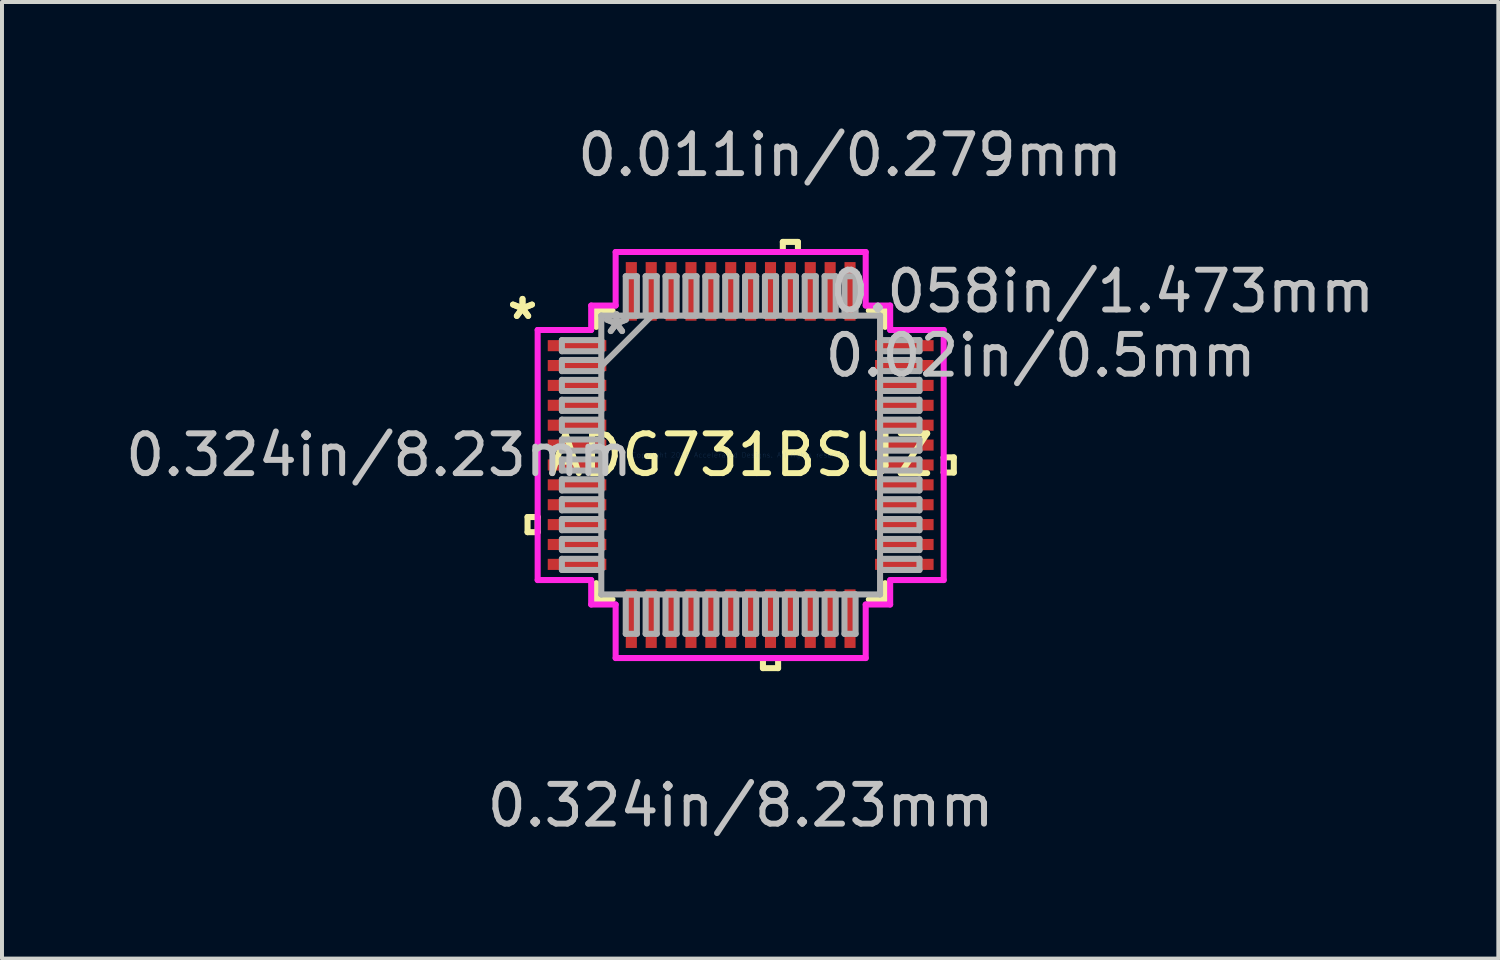
<source format=kicad_pcb>
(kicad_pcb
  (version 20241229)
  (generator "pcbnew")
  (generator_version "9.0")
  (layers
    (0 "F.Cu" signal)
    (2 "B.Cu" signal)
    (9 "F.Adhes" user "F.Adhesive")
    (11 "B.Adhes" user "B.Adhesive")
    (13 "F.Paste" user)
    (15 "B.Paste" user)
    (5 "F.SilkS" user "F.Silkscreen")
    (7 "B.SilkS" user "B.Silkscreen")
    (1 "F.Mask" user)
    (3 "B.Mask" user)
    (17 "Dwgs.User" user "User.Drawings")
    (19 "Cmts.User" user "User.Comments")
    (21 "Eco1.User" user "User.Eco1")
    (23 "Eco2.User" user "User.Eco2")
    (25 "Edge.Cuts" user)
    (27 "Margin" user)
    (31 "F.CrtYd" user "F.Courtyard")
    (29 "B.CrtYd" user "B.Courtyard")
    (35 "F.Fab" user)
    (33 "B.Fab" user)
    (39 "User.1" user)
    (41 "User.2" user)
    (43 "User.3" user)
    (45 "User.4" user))
  (footprint "ADG731BSUZ"
    (layer "F.Cu")
    (at 15.575 8.392)
    (property "Reference" "ADG731BSUZ" (at 0 0 0) (layer "F.SilkS") (effects (font (size 1 1) (thickness 0.15))))
    (attr through_hole)
    (fp_line (start -5.359 1.559) (end -5.359 1.94) (stroke (width 0.152) (type solid)) (layer "F.SilkS"))
    (fp_line (start -5.359 1.94) (end -5.105 1.94) (stroke (width 0.152) (type solid)) (layer "F.SilkS"))
    (fp_line (start -5.105 1.559) (end -5.359 1.559) (stroke (width 0.152) (type solid)) (layer "F.SilkS"))
    (fp_line (start -5.105 1.94) (end -5.105 1.559) (stroke (width 0.152) (type solid)) (layer "F.SilkS"))
    (fp_line (start -3.632 -3.632) (end -3.632 -3.222) (stroke (width 0.152) (type solid)) (layer "F.SilkS"))
    (fp_line (start -3.632 3.222) (end -3.632 3.632) (stroke (width 0.152) (type solid)) (layer "F.SilkS"))
    (fp_line (start -3.632 3.632) (end -3.222 3.632) (stroke (width 0.152) (type solid)) (layer "F.SilkS"))
    (fp_line (start -3.222 -3.632) (end -3.632 -3.632) (stroke (width 0.152) (type solid)) (layer "F.SilkS"))
    (fp_line (start 0.56 5.105) (end 0.56 5.359) (stroke (width 0.152) (type solid)) (layer "F.SilkS"))
    (fp_line (start 0.56 5.359) (end 0.941 5.359) (stroke (width 0.152) (type solid)) (layer "F.SilkS"))
    (fp_line (start 0.941 5.105) (end 0.56 5.105) (stroke (width 0.152) (type solid)) (layer "F.SilkS"))
    (fp_line (start 0.941 5.359) (end 0.941 5.105) (stroke (width 0.152) (type solid)) (layer "F.SilkS"))
    (fp_line (start 1.06 -5.359) (end 1.44 -5.359) (stroke (width 0.152) (type solid)) (layer "F.SilkS"))
    (fp_line (start 1.06 -5.105) (end 1.06 -5.359) (stroke (width 0.152) (type solid)) (layer "F.SilkS"))
    (fp_line (start 1.44 -5.359) (end 1.44 -5.105) (stroke (width 0.152) (type solid)) (layer "F.SilkS"))
    (fp_line (start 1.44 -5.105) (end 1.06 -5.105) (stroke (width 0.152) (type solid)) (layer "F.SilkS"))
    (fp_line (start 3.222 3.632) (end 3.632 3.632) (stroke (width 0.152) (type solid)) (layer "F.SilkS"))
    (fp_line (start 3.632 -3.632) (end 3.222 -3.632) (stroke (width 0.152) (type solid)) (layer "F.SilkS"))
    (fp_line (start 3.632 -3.222) (end 3.632 -3.632) (stroke (width 0.152) (type solid)) (layer "F.SilkS"))
    (fp_line (start 3.632 3.632) (end 3.632 3.222) (stroke (width 0.152) (type solid)) (layer "F.SilkS"))
    (fp_line (start 5.105 0.059) (end 5.359 0.059) (stroke (width 0.152) (type solid)) (layer "F.SilkS"))
    (fp_line (start 5.105 0.441) (end 5.105 0.059) (stroke (width 0.152) (type solid)) (layer "F.SilkS"))
    (fp_line (start 5.359 0.059) (end 5.359 0.441) (stroke (width 0.152) (type solid)) (layer "F.SilkS"))
    (fp_line (start 5.359 0.441) (end 5.105 0.441) (stroke (width 0.152) (type solid)) (layer "F.SilkS"))
    (fp_line (start -5.105 -3.144) (end -3.759 -3.144) (stroke (width 0.152) (type solid)) (layer "F.CrtYd"))
    (fp_line (start -5.105 3.144) (end -5.105 -3.144) (stroke (width 0.152) (type solid)) (layer "F.CrtYd"))
    (fp_line (start -3.759 -3.759) (end -3.144 -3.759) (stroke (width 0.152) (type solid)) (layer "F.CrtYd"))
    (fp_line (start -3.759 -3.144) (end -3.759 -3.759) (stroke (width 0.152) (type solid)) (layer "F.CrtYd"))
    (fp_line (start -3.759 3.144) (end -5.105 3.144) (stroke (width 0.152) (type solid)) (layer "F.CrtYd"))
    (fp_line (start -3.759 3.759) (end -3.759 3.144) (stroke (width 0.152) (type solid)) (layer "F.CrtYd"))
    (fp_line (start -3.144 -5.105) (end 3.144 -5.105) (stroke (width 0.152) (type solid)) (layer "F.CrtYd"))
    (fp_line (start -3.144 -3.759) (end -3.144 -5.105) (stroke (width 0.152) (type solid)) (layer "F.CrtYd"))
    (fp_line (start -3.144 3.759) (end -3.759 3.759) (stroke (width 0.152) (type solid)) (layer "F.CrtYd"))
    (fp_line (start -3.144 5.105) (end -3.144 3.759) (stroke (width 0.152) (type solid)) (layer "F.CrtYd"))
    (fp_line (start 3.144 -5.105) (end 3.144 -3.759) (stroke (width 0.152) (type solid)) (layer "F.CrtYd"))
    (fp_line (start 3.144 -3.759) (end 3.759 -3.759) (stroke (width 0.152) (type solid)) (layer "F.CrtYd"))
    (fp_line (start 3.144 3.759) (end 3.144 5.105) (stroke (width 0.152) (type solid)) (layer "F.CrtYd"))
    (fp_line (start 3.144 5.105) (end -3.144 5.105) (stroke (width 0.152) (type solid)) (layer "F.CrtYd"))
    (fp_line (start 3.759 -3.759) (end 3.759 -3.144) (stroke (width 0.152) (type solid)) (layer "F.CrtYd"))
    (fp_line (start 3.759 -3.144) (end 5.105 -3.144) (stroke (width 0.152) (type solid)) (layer "F.CrtYd"))
    (fp_line (start 3.759 3.144) (end 3.759 3.759) (stroke (width 0.152) (type solid)) (layer "F.CrtYd"))
    (fp_line (start 3.759 3.759) (end 3.144 3.759) (stroke (width 0.152) (type solid)) (layer "F.CrtYd"))
    (fp_line (start 5.105 -3.144) (end 5.105 3.144) (stroke (width 0.152) (type solid)) (layer "F.CrtYd"))
    (fp_line (start 5.105 3.144) (end 3.759 3.144) (stroke (width 0.152) (type solid)) (layer "F.CrtYd"))
    (fp_line (start -4.496 -2.89) (end -4.496 -2.61) (stroke (width 0.152) (type solid)) (layer "F.Fab"))
    (fp_line (start -4.496 -2.61) (end -3.505 -2.61) (stroke (width 0.152) (type solid)) (layer "F.Fab"))
    (fp_line (start -4.496 -2.39) (end -4.496 -2.11) (stroke (width 0.152) (type solid)) (layer "F.Fab"))
    (fp_line (start -4.496 -2.11) (end -3.505 -2.11) (stroke (width 0.152) (type solid)) (layer "F.Fab"))
    (fp_line (start -4.496 -1.89) (end -4.496 -1.61) (stroke (width 0.152) (type solid)) (layer "F.Fab"))
    (fp_line (start -4.496 -1.61) (end -3.505 -1.61) (stroke (width 0.152) (type solid)) (layer "F.Fab"))
    (fp_line (start -4.496 -1.39) (end -4.496 -1.11) (stroke (width 0.152) (type solid)) (layer "F.Fab"))
    (fp_line (start -4.496 -1.11) (end -3.505 -1.11) (stroke (width 0.152) (type solid)) (layer "F.Fab"))
    (fp_line (start -4.496 -0.89) (end -4.496 -0.61) (stroke (width 0.152) (type solid)) (layer "F.Fab"))
    (fp_line (start -4.496 -0.61) (end -3.505 -0.61) (stroke (width 0.152) (type solid)) (layer "F.Fab"))
    (fp_line (start -4.496 -0.39) (end -4.496 -0.11) (stroke (width 0.152) (type solid)) (layer "F.Fab"))
    (fp_line (start -4.496 -0.11) (end -3.505 -0.11) (stroke (width 0.152) (type solid)) (layer "F.Fab"))
    (fp_line (start -4.496 0.11) (end -4.496 0.39) (stroke (width 0.152) (type solid)) (layer "F.Fab"))
    (fp_line (start -4.496 0.39) (end -3.505 0.39) (stroke (width 0.152) (type solid)) (layer "F.Fab"))
    (fp_line (start -4.496 0.61) (end -4.496 0.89) (stroke (width 0.152) (type solid)) (layer "F.Fab"))
    (fp_line (start -4.496 0.89) (end -3.505 0.89) (stroke (width 0.152) (type solid)) (layer "F.Fab"))
    (fp_line (start -4.496 1.11) (end -4.496 1.39) (stroke (width 0.152) (type solid)) (layer "F.Fab"))
    (fp_line (start -4.496 1.39) (end -3.505 1.39) (stroke (width 0.152) (type solid)) (layer "F.Fab"))
    (fp_line (start -4.496 1.61) (end -4.496 1.89) (stroke (width 0.152) (type solid)) (layer "F.Fab"))
    (fp_line (start -4.496 1.89) (end -3.505 1.89) (stroke (width 0.152) (type solid)) (layer "F.Fab"))
    (fp_line (start -4.496 2.11) (end -4.496 2.39) (stroke (width 0.152) (type solid)) (layer "F.Fab"))
    (fp_line (start -4.496 2.39) (end -3.505 2.39) (stroke (width 0.152) (type solid)) (layer "F.Fab"))
    (fp_line (start -4.496 2.61) (end -4.496 2.89) (stroke (width 0.152) (type solid)) (layer "F.Fab"))
    (fp_line (start -4.496 2.89) (end -3.505 2.89) (stroke (width 0.152) (type solid)) (layer "F.Fab"))
    (fp_line (start -3.505 -3.505) (end -3.505 -3.505) (stroke (width 0.152) (type solid)) (layer "F.Fab"))
    (fp_line (start -3.505 -3.505) (end -3.505 3.505) (stroke (width 0.152) (type solid)) (layer "F.Fab"))
    (fp_line (start -3.505 -2.89) (end -4.496 -2.89) (stroke (width 0.152) (type solid)) (layer "F.Fab"))
    (fp_line (start -3.505 -2.61) (end -3.505 -2.89) (stroke (width 0.152) (type solid)) (layer "F.Fab"))
    (fp_line (start -3.505 -2.39) (end -4.496 -2.39) (stroke (width 0.152) (type solid)) (layer "F.Fab"))
    (fp_line (start -3.505 -2.235) (end -2.235 -3.505) (stroke (width 0.152) (type solid)) (layer "F.Fab"))
    (fp_line (start -3.505 -2.11) (end -3.505 -2.39) (stroke (width 0.152) (type solid)) (layer "F.Fab"))
    (fp_line (start -3.505 -1.89) (end -4.496 -1.89) (stroke (width 0.152) (type solid)) (layer "F.Fab"))
    (fp_line (start -3.505 -1.61) (end -3.505 -1.89) (stroke (width 0.152) (type solid)) (layer "F.Fab"))
    (fp_line (start -3.505 -1.39) (end -4.496 -1.39) (stroke (width 0.152) (type solid)) (layer "F.Fab"))
    (fp_line (start -3.505 -1.11) (end -3.505 -1.39) (stroke (width 0.152) (type solid)) (layer "F.Fab"))
    (fp_line (start -3.505 -0.89) (end -4.496 -0.89) (stroke (width 0.152) (type solid)) (layer "F.Fab"))
    (fp_line (start -3.505 -0.61) (end -3.505 -0.89) (stroke (width 0.152) (type solid)) (layer "F.Fab"))
    (fp_line (start -3.505 -0.39) (end -4.496 -0.39) (stroke (width 0.152) (type solid)) (layer "F.Fab"))
    (fp_line (start -3.505 -0.11) (end -3.505 -0.39) (stroke (width 0.152) (type solid)) (layer "F.Fab"))
    (fp_line (start -3.505 0.11) (end -4.496 0.11) (stroke (width 0.152) (type solid)) (layer "F.Fab"))
    (fp_line (start -3.505 0.39) (end -3.505 0.11) (stroke (width 0.152) (type solid)) (layer "F.Fab"))
    (fp_line (start -3.505 0.61) (end -4.496 0.61) (stroke (width 0.152) (type solid)) (layer "F.Fab"))
    (fp_line (start -3.505 0.89) (end -3.505 0.61) (stroke (width 0.152) (type solid)) (layer "F.Fab"))
    (fp_line (start -3.505 1.11) (end -4.496 1.11) (stroke (width 0.152) (type solid)) (layer "F.Fab"))
    (fp_line (start -3.505 1.39) (end -3.505 1.11) (stroke (width 0.152) (type solid)) (layer "F.Fab"))
    (fp_line (start -3.505 1.61) (end -4.496 1.61) (stroke (width 0.152) (type solid)) (layer "F.Fab"))
    (fp_line (start -3.505 1.89) (end -3.505 1.61) (stroke (width 0.152) (type solid)) (layer "F.Fab"))
    (fp_line (start -3.505 2.11) (end -4.496 2.11) (stroke (width 0.152) (type solid)) (layer "F.Fab"))
    (fp_line (start -3.505 2.39) (end -3.505 2.11) (stroke (width 0.152) (type solid)) (layer "F.Fab"))
    (fp_line (start -3.505 2.61) (end -4.496 2.61) (stroke (width 0.152) (type solid)) (layer "F.Fab"))
    (fp_line (start -3.505 2.89) (end -3.505 2.61) (stroke (width 0.152) (type solid)) (layer "F.Fab"))
    (fp_line (start -3.505 3.505) (end -3.505 3.505) (stroke (width 0.152) (type solid)) (layer "F.Fab"))
    (fp_line (start -3.505 3.505) (end 3.505 3.505) (stroke (width 0.152) (type solid)) (layer "F.Fab"))
    (fp_line (start -2.89 -4.496) (end -2.89 -3.505) (stroke (width 0.152) (type solid)) (layer "F.Fab"))
    (fp_line (start -2.89 -3.505) (end -2.61 -3.505) (stroke (width 0.152) (type solid)) (layer "F.Fab"))
    (fp_line (start -2.89 3.505) (end -2.89 4.496) (stroke (width 0.152) (type solid)) (layer "F.Fab"))
    (fp_line (start -2.89 4.496) (end -2.61 4.496) (stroke (width 0.152) (type solid)) (layer "F.Fab"))
    (fp_line (start -2.61 -4.496) (end -2.89 -4.496) (stroke (width 0.152) (type solid)) (layer "F.Fab"))
    (fp_line (start -2.61 -3.505) (end -2.61 -4.496) (stroke (width 0.152) (type solid)) (layer "F.Fab"))
    (fp_line (start -2.61 3.505) (end -2.89 3.505) (stroke (width 0.152) (type solid)) (layer "F.Fab"))
    (fp_line (start -2.61 4.496) (end -2.61 3.505) (stroke (width 0.152) (type solid)) (layer "F.Fab"))
    (fp_line (start -2.39 -4.496) (end -2.39 -3.505) (stroke (width 0.152) (type solid)) (layer "F.Fab"))
    (fp_line (start -2.39 -3.505) (end -2.11 -3.505) (stroke (width 0.152) (type solid)) (layer "F.Fab"))
    (fp_line (start -2.39 3.505) (end -2.39 4.496) (stroke (width 0.152) (type solid)) (layer "F.Fab"))
    (fp_line (start -2.39 4.496) (end -2.11 4.496) (stroke (width 0.152) (type solid)) (layer "F.Fab"))
    (fp_line (start -2.11 -4.496) (end -2.39 -4.496) (stroke (width 0.152) (type solid)) (layer "F.Fab"))
    (fp_line (start -2.11 -3.505) (end -2.11 -4.496) (stroke (width 0.152) (type solid)) (layer "F.Fab"))
    (fp_line (start -2.11 3.505) (end -2.39 3.505) (stroke (width 0.152) (type solid)) (layer "F.Fab"))
    (fp_line (start -2.11 4.496) (end -2.11 3.505) (stroke (width 0.152) (type solid)) (layer "F.Fab"))
    (fp_line (start -1.89 -4.496) (end -1.89 -3.505) (stroke (width 0.152) (type solid)) (layer "F.Fab"))
    (fp_line (start -1.89 -3.505) (end -1.61 -3.505) (stroke (width 0.152) (type solid)) (layer "F.Fab"))
    (fp_line (start -1.89 3.505) (end -1.89 4.496) (stroke (width 0.152) (type solid)) (layer "F.Fab"))
    (fp_line (start -1.89 4.496) (end -1.61 4.496) (stroke (width 0.152) (type solid)) (layer "F.Fab"))
    (fp_line (start -1.61 -4.496) (end -1.89 -4.496) (stroke (width 0.152) (type solid)) (layer "F.Fab"))
    (fp_line (start -1.61 -3.505) (end -1.61 -4.496) (stroke (width 0.152) (type solid)) (layer "F.Fab"))
    (fp_line (start -1.61 3.505) (end -1.89 3.505) (stroke (width 0.152) (type solid)) (layer "F.Fab"))
    (fp_line (start -1.61 4.496) (end -1.61 3.505) (stroke (width 0.152) (type solid)) (layer "F.Fab"))
    (fp_line (start -1.39 -4.496) (end -1.39 -3.505) (stroke (width 0.152) (type solid)) (layer "F.Fab"))
    (fp_line (start -1.39 -3.505) (end -1.11 -3.505) (stroke (width 0.152) (type solid)) (layer "F.Fab"))
    (fp_line (start -1.39 3.505) (end -1.39 4.496) (stroke (width 0.152) (type solid)) (layer "F.Fab"))
    (fp_line (start -1.39 4.496) (end -1.11 4.496) (stroke (width 0.152) (type solid)) (layer "F.Fab"))
    (fp_line (start -1.11 -4.496) (end -1.39 -4.496) (stroke (width 0.152) (type solid)) (layer "F.Fab"))
    (fp_line (start -1.11 -3.505) (end -1.11 -4.496) (stroke (width 0.152) (type solid)) (layer "F.Fab"))
    (fp_line (start -1.11 3.505) (end -1.39 3.505) (stroke (width 0.152) (type solid)) (layer "F.Fab"))
    (fp_line (start -1.11 4.496) (end -1.11 3.505) (stroke (width 0.152) (type solid)) (layer "F.Fab"))
    (fp_line (start -0.89 -4.496) (end -0.89 -3.505) (stroke (width 0.152) (type solid)) (layer "F.Fab"))
    (fp_line (start -0.89 -3.505) (end -0.61 -3.505) (stroke (width 0.152) (type solid)) (layer "F.Fab"))
    (fp_line (start -0.89 3.505) (end -0.89 4.496) (stroke (width 0.152) (type solid)) (layer "F.Fab"))
    (fp_line (start -0.89 4.496) (end -0.61 4.496) (stroke (width 0.152) (type solid)) (layer "F.Fab"))
    (fp_line (start -0.61 -4.496) (end -0.89 -4.496) (stroke (width 0.152) (type solid)) (layer "F.Fab"))
    (fp_line (start -0.61 -3.505) (end -0.61 -4.496) (stroke (width 0.152) (type solid)) (layer "F.Fab"))
    (fp_line (start -0.61 3.505) (end -0.89 3.505) (stroke (width 0.152) (type solid)) (layer "F.Fab"))
    (fp_line (start -0.61 4.496) (end -0.61 3.505) (stroke (width 0.152) (type solid)) (layer "F.Fab"))
    (fp_line (start -0.39 -4.496) (end -0.39 -3.505) (stroke (width 0.152) (type solid)) (layer "F.Fab"))
    (fp_line (start -0.39 -3.505) (end -0.11 -3.505) (stroke (width 0.152) (type solid)) (layer "F.Fab"))
    (fp_line (start -0.39 3.505) (end -0.39 4.496) (stroke (width 0.152) (type solid)) (layer "F.Fab"))
    (fp_line (start -0.39 4.496) (end -0.11 4.496) (stroke (width 0.152) (type solid)) (layer "F.Fab"))
    (fp_line (start -0.11 -4.496) (end -0.39 -4.496) (stroke (width 0.152) (type solid)) (layer "F.Fab"))
    (fp_line (start -0.11 -3.505) (end -0.11 -4.496) (stroke (width 0.152) (type solid)) (layer "F.Fab"))
    (fp_line (start -0.11 3.505) (end -0.39 3.505) (stroke (width 0.152) (type solid)) (layer "F.Fab"))
    (fp_line (start -0.11 4.496) (end -0.11 3.505) (stroke (width 0.152) (type solid)) (layer "F.Fab"))
    (fp_line (start 0.11 -4.496) (end 0.11 -3.505) (stroke (width 0.152) (type solid)) (layer "F.Fab"))
    (fp_line (start 0.11 -3.505) (end 0.39 -3.505) (stroke (width 0.152) (type solid)) (layer "F.Fab"))
    (fp_line (start 0.11 3.505) (end 0.11 4.496) (stroke (width 0.152) (type solid)) (layer "F.Fab"))
    (fp_line (start 0.11 4.496) (end 0.39 4.496) (stroke (width 0.152) (type solid)) (layer "F.Fab"))
    (fp_line (start 0.39 -4.496) (end 0.11 -4.496) (stroke (width 0.152) (type solid)) (layer "F.Fab"))
    (fp_line (start 0.39 -3.505) (end 0.39 -4.496) (stroke (width 0.152) (type solid)) (layer "F.Fab"))
    (fp_line (start 0.39 3.505) (end 0.11 3.505) (stroke (width 0.152) (type solid)) (layer "F.Fab"))
    (fp_line (start 0.39 4.496) (end 0.39 3.505) (stroke (width 0.152) (type solid)) (layer "F.Fab"))
    (fp_line (start 0.61 -4.496) (end 0.61 -3.505) (stroke (width 0.152) (type solid)) (layer "F.Fab"))
    (fp_line (start 0.61 -3.505) (end 0.89 -3.505) (stroke (width 0.152) (type solid)) (layer "F.Fab"))
    (fp_line (start 0.61 3.505) (end 0.61 4.496) (stroke (width 0.152) (type solid)) (layer "F.Fab"))
    (fp_line (start 0.61 4.496) (end 0.89 4.496) (stroke (width 0.152) (type solid)) (layer "F.Fab"))
    (fp_line (start 0.89 -4.496) (end 0.61 -4.496) (stroke (width 0.152) (type solid)) (layer "F.Fab"))
    (fp_line (start 0.89 -3.505) (end 0.89 -4.496) (stroke (width 0.152) (type solid)) (layer "F.Fab"))
    (fp_line (start 0.89 3.505) (end 0.61 3.505) (stroke (width 0.152) (type solid)) (layer "F.Fab"))
    (fp_line (start 0.89 4.496) (end 0.89 3.505) (stroke (width 0.152) (type solid)) (layer "F.Fab"))
    (fp_line (start 1.11 -4.496) (end 1.11 -3.505) (stroke (width 0.152) (type solid)) (layer "F.Fab"))
    (fp_line (start 1.11 -3.505) (end 1.39 -3.505) (stroke (width 0.152) (type solid)) (layer "F.Fab"))
    (fp_line (start 1.11 3.505) (end 1.11 4.496) (stroke (width 0.152) (type solid)) (layer "F.Fab"))
    (fp_line (start 1.11 4.496) (end 1.39 4.496) (stroke (width 0.152) (type solid)) (layer "F.Fab"))
    (fp_line (start 1.39 -4.496) (end 1.11 -4.496) (stroke (width 0.152) (type solid)) (layer "F.Fab"))
    (fp_line (start 1.39 -3.505) (end 1.39 -4.496) (stroke (width 0.152) (type solid)) (layer "F.Fab"))
    (fp_line (start 1.39 3.505) (end 1.11 3.505) (stroke (width 0.152) (type solid)) (layer "F.Fab"))
    (fp_line (start 1.39 4.496) (end 1.39 3.505) (stroke (width 0.152) (type solid)) (layer "F.Fab"))
    (fp_line (start 1.61 -4.496) (end 1.61 -3.505) (stroke (width 0.152) (type solid)) (layer "F.Fab"))
    (fp_line (start 1.61 -3.505) (end 1.89 -3.505) (stroke (width 0.152) (type solid)) (layer "F.Fab"))
    (fp_line (start 1.61 3.505) (end 1.61 4.496) (stroke (width 0.152) (type solid)) (layer "F.Fab"))
    (fp_line (start 1.61 4.496) (end 1.89 4.496) (stroke (width 0.152) (type solid)) (layer "F.Fab"))
    (fp_line (start 1.89 -4.496) (end 1.61 -4.496) (stroke (width 0.152) (type solid)) (layer "F.Fab"))
    (fp_line (start 1.89 -3.505) (end 1.89 -4.496) (stroke (width 0.152) (type solid)) (layer "F.Fab"))
    (fp_line (start 1.89 3.505) (end 1.61 3.505) (stroke (width 0.152) (type solid)) (layer "F.Fab"))
    (fp_line (start 1.89 4.496) (end 1.89 3.505) (stroke (width 0.152) (type solid)) (layer "F.Fab"))
    (fp_line (start 2.11 -4.496) (end 2.11 -3.505) (stroke (width 0.152) (type solid)) (layer "F.Fab"))
    (fp_line (start 2.11 -3.505) (end 2.39 -3.505) (stroke (width 0.152) (type solid)) (layer "F.Fab"))
    (fp_line (start 2.11 3.505) (end 2.11 4.496) (stroke (width 0.152) (type solid)) (layer "F.Fab"))
    (fp_line (start 2.11 4.496) (end 2.39 4.496) (stroke (width 0.152) (type solid)) (layer "F.Fab"))
    (fp_line (start 2.39 -4.496) (end 2.11 -4.496) (stroke (width 0.152) (type solid)) (layer "F.Fab"))
    (fp_line (start 2.39 -3.505) (end 2.39 -4.496) (stroke (width 0.152) (type solid)) (layer "F.Fab"))
    (fp_line (start 2.39 3.505) (end 2.11 3.505) (stroke (width 0.152) (type solid)) (layer "F.Fab"))
    (fp_line (start 2.39 4.496) (end 2.39 3.505) (stroke (width 0.152) (type solid)) (layer "F.Fab"))
    (fp_line (start 2.61 -4.496) (end 2.61 -3.505) (stroke (width 0.152) (type solid)) (layer "F.Fab"))
    (fp_line (start 2.61 -3.505) (end 2.89 -3.505) (stroke (width 0.152) (type solid)) (layer "F.Fab"))
    (fp_line (start 2.61 3.505) (end 2.61 4.496) (stroke (width 0.152) (type solid)) (layer "F.Fab"))
    (fp_line (start 2.61 4.496) (end 2.89 4.496) (stroke (width 0.152) (type solid)) (layer "F.Fab"))
    (fp_line (start 2.89 -4.496) (end 2.61 -4.496) (stroke (width 0.152) (type solid)) (layer "F.Fab"))
    (fp_line (start 2.89 -3.505) (end 2.89 -4.496) (stroke (width 0.152) (type solid)) (layer "F.Fab"))
    (fp_line (start 2.89 3.505) (end 2.61 3.505) (stroke (width 0.152) (type solid)) (layer "F.Fab"))
    (fp_line (start 2.89 4.496) (end 2.89 3.505) (stroke (width 0.152) (type solid)) (layer "F.Fab"))
    (fp_line (start 3.505 -3.505) (end -3.505 -3.505) (stroke (width 0.152) (type solid)) (layer "F.Fab"))
    (fp_line (start 3.505 -3.505) (end 3.505 -3.505) (stroke (width 0.152) (type solid)) (layer "F.Fab"))
    (fp_line (start 3.505 -2.89) (end 3.505 -2.61) (stroke (width 0.152) (type solid)) (layer "F.Fab"))
    (fp_line (start 3.505 -2.61) (end 4.496 -2.61) (stroke (width 0.152) (type solid)) (layer "F.Fab"))
    (fp_line (start 3.505 -2.39) (end 3.505 -2.11) (stroke (width 0.152) (type solid)) (layer "F.Fab"))
    (fp_line (start 3.505 -2.11) (end 4.496 -2.11) (stroke (width 0.152) (type solid)) (layer "F.Fab"))
    (fp_line (start 3.505 -1.89) (end 3.505 -1.61) (stroke (width 0.152) (type solid)) (layer "F.Fab"))
    (fp_line (start 3.505 -1.61) (end 4.496 -1.61) (stroke (width 0.152) (type solid)) (layer "F.Fab"))
    (fp_line (start 3.505 -1.39) (end 3.505 -1.11) (stroke (width 0.152) (type solid)) (layer "F.Fab"))
    (fp_line (start 3.505 -1.11) (end 4.496 -1.11) (stroke (width 0.152) (type solid)) (layer "F.Fab"))
    (fp_line (start 3.505 -0.89) (end 3.505 -0.61) (stroke (width 0.152) (type solid)) (layer "F.Fab"))
    (fp_line (start 3.505 -0.61) (end 4.496 -0.61) (stroke (width 0.152) (type solid)) (layer "F.Fab"))
    (fp_line (start 3.505 -0.39) (end 3.505 -0.11) (stroke (width 0.152) (type solid)) (layer "F.Fab"))
    (fp_line (start 3.505 -0.11) (end 4.496 -0.11) (stroke (width 0.152) (type solid)) (layer "F.Fab"))
    (fp_line (start 3.505 0.11) (end 3.505 0.39) (stroke (width 0.152) (type solid)) (layer "F.Fab"))
    (fp_line (start 3.505 0.39) (end 4.496 0.39) (stroke (width 0.152) (type solid)) (layer "F.Fab"))
    (fp_line (start 3.505 0.61) (end 3.505 0.89) (stroke (width 0.152) (type solid)) (layer "F.Fab"))
    (fp_line (start 3.505 0.89) (end 4.496 0.89) (stroke (width 0.152) (type solid)) (layer "F.Fab"))
    (fp_line (start 3.505 1.11) (end 3.505 1.39) (stroke (width 0.152) (type solid)) (layer "F.Fab"))
    (fp_line (start 3.505 1.39) (end 4.496 1.39) (stroke (width 0.152) (type solid)) (layer "F.Fab"))
    (fp_line (start 3.505 1.61) (end 3.505 1.89) (stroke (width 0.152) (type solid)) (layer "F.Fab"))
    (fp_line (start 3.505 1.89) (end 4.496 1.89) (stroke (width 0.152) (type solid)) (layer "F.Fab"))
    (fp_line (start 3.505 2.11) (end 3.505 2.39) (stroke (width 0.152) (type solid)) (layer "F.Fab"))
    (fp_line (start 3.505 2.39) (end 4.496 2.39) (stroke (width 0.152) (type solid)) (layer "F.Fab"))
    (fp_line (start 3.505 2.61) (end 3.505 2.89) (stroke (width 0.152) (type solid)) (layer "F.Fab"))
    (fp_line (start 3.505 2.89) (end 4.496 2.89) (stroke (width 0.152) (type solid)) (layer "F.Fab"))
    (fp_line (start 3.505 3.505) (end 3.505 -3.505) (stroke (width 0.152) (type solid)) (layer "F.Fab"))
    (fp_line (start 3.505 3.505) (end 3.505 3.505) (stroke (width 0.152) (type solid)) (layer "F.Fab"))
    (fp_line (start 4.496 -2.89) (end 3.505 -2.89) (stroke (width 0.152) (type solid)) (layer "F.Fab"))
    (fp_line (start 4.496 -2.61) (end 4.496 -2.89) (stroke (width 0.152) (type solid)) (layer "F.Fab"))
    (fp_line (start 4.496 -2.39) (end 3.505 -2.39) (stroke (width 0.152) (type solid)) (layer "F.Fab"))
    (fp_line (start 4.496 -2.11) (end 4.496 -2.39) (stroke (width 0.152) (type solid)) (layer "F.Fab"))
    (fp_line (start 4.496 -1.89) (end 3.505 -1.89) (stroke (width 0.152) (type solid)) (layer "F.Fab"))
    (fp_line (start 4.496 -1.61) (end 4.496 -1.89) (stroke (width 0.152) (type solid)) (layer "F.Fab"))
    (fp_line (start 4.496 -1.39) (end 3.505 -1.39) (stroke (width 0.152) (type solid)) (layer "F.Fab"))
    (fp_line (start 4.496 -1.11) (end 4.496 -1.39) (stroke (width 0.152) (type solid)) (layer "F.Fab"))
    (fp_line (start 4.496 -0.89) (end 3.505 -0.89) (stroke (width 0.152) (type solid)) (layer "F.Fab"))
    (fp_line (start 4.496 -0.61) (end 4.496 -0.89) (stroke (width 0.152) (type solid)) (layer "F.Fab"))
    (fp_line (start 4.496 -0.39) (end 3.505 -0.39) (stroke (width 0.152) (type solid)) (layer "F.Fab"))
    (fp_line (start 4.496 -0.11) (end 4.496 -0.39) (stroke (width 0.152) (type solid)) (layer "F.Fab"))
    (fp_line (start 4.496 0.11) (end 3.505 0.11) (stroke (width 0.152) (type solid)) (layer "F.Fab"))
    (fp_line (start 4.496 0.39) (end 4.496 0.11) (stroke (width 0.152) (type solid)) (layer "F.Fab"))
    (fp_line (start 4.496 0.61) (end 3.505 0.61) (stroke (width 0.152) (type solid)) (layer "F.Fab"))
    (fp_line (start 4.496 0.89) (end 4.496 0.61) (stroke (width 0.152) (type solid)) (layer "F.Fab"))
    (fp_line (start 4.496 1.11) (end 3.505 1.11) (stroke (width 0.152) (type solid)) (layer "F.Fab"))
    (fp_line (start 4.496 1.39) (end 4.496 1.11) (stroke (width 0.152) (type solid)) (layer "F.Fab"))
    (fp_line (start 4.496 1.61) (end 3.505 1.61) (stroke (width 0.152) (type solid)) (layer "F.Fab"))
    (fp_line (start 4.496 1.89) (end 4.496 1.61) (stroke (width 0.152) (type solid)) (layer "F.Fab"))
    (fp_line (start 4.496 2.11) (end 3.505 2.11) (stroke (width 0.152) (type solid)) (layer "F.Fab"))
    (fp_line (start 4.496 2.39) (end 4.496 2.11) (stroke (width 0.152) (type solid)) (layer "F.Fab"))
    (fp_line (start 4.496 2.61) (end 3.505 2.61) (stroke (width 0.152) (type solid)) (layer "F.Fab"))
    (fp_line (start 4.496 2.89) (end 4.496 2.61) (stroke (width 0.152) (type solid)) (layer "F.Fab"))
    (fp_text user "*" (at -5.486 -3.381 0) (layer "F.SilkS") (effects (font (size 1 1) (thickness 0.15))))
    (fp_text user "*" (at -5.486 -3.381 0) (layer "F.SilkS") (effects (font (size 1 1) (thickness 0.15))))
    (fp_text user "0.324in/8.23mm" (at -9.093 0 0) (layer "Dwgs.User") (effects (font (size 1 1) (thickness 0.15))))
    (fp_text user "0.011in/0.279mm" (at 2.75 -7.544 0) (layer "Dwgs.User") (effects (font (size 1 1) (thickness 0.15))))
    (fp_text user "0.02in/0.5mm" (at 7.544 -2.5 0) (layer "Dwgs.User") (effects (font (size 1 1) (thickness 0.15))))
    (fp_text user "0.324in/8.23mm" (at 0 8.814 0) (layer "Dwgs.User") (effects (font (size 1 1) (thickness 0.15))))
    (fp_text user "0.058in/1.473mm" (at 9.093 -4.115 0) (layer "Dwgs.User") (effects (font (size 1 1) (thickness 0.15))))
    (fp_text user "Copyright 2016 Accelerated Designs. All rights reserved." (at 0 0 0) (layer "Cmts.User") (effects (font (size 0.127 0.127) (thickness 0.002))))
    (fp_text user "*" (at -3.124 -3 0) (layer "F.Fab") (effects (font (size 1 1) (thickness 0.15))))
    (fp_text user "*" (at -3.124 -3 0) (layer "F.Fab") (effects (font (size 1 1) (thickness 0.15))))
    (pad "1" smd rect (at -4.115 -2.75 90) (size 0.279 1.473) (layers "F.Cu" "F.Mask" "F.Paste"))
    (pad "2" smd rect (at -4.115 -2.25 90) (size 0.279 1.473) (layers "F.Cu" "F.Mask" "F.Paste"))
    (pad "3" smd rect (at -4.115 -1.75 90) (size 0.279 1.473) (layers "F.Cu" "F.Mask" "F.Paste"))
    (pad "4" smd rect (at -4.115 -1.25 90) (size 0.279 1.473) (layers "F.Cu" "F.Mask" "F.Paste"))
    (pad "5" smd rect (at -4.115 -0.75 90) (size 0.279 1.473) (layers "F.Cu" "F.Mask" "F.Paste"))
    (pad "6" smd rect (at -4.115 -0.25 90) (size 0.279 1.473) (layers "F.Cu" "F.Mask" "F.Paste"))
    (pad "7" smd rect (at -4.115 0.25 90) (size 0.279 1.473) (layers "F.Cu" "F.Mask" "F.Paste"))
    (pad "8" smd rect (at -4.115 0.75 90) (size 0.279 1.473) (layers "F.Cu" "F.Mask" "F.Paste"))
    (pad "9" smd rect (at -4.115 1.25 90) (size 0.279 1.473) (layers "F.Cu" "F.Mask" "F.Paste"))
    (pad "10" smd rect (at -4.115 1.75 90) (size 0.279 1.473) (layers "F.Cu" "F.Mask" "F.Paste"))
    (pad "11" smd rect (at -4.115 2.25 90) (size 0.279 1.473) (layers "F.Cu" "F.Mask" "F.Paste"))
    (pad "12" smd rect (at -4.115 2.75 90) (size 0.279 1.473) (layers "F.Cu" "F.Mask" "F.Paste"))
    (pad "13" smd rect (at -2.75 4.115) (size 0.279 1.473) (layers "F.Cu" "F.Mask" "F.Paste"))
    (pad "14" smd rect (at -2.25 4.115) (size 0.279 1.473) (layers "F.Cu" "F.Mask" "F.Paste"))
    (pad "15" smd rect (at -1.75 4.115) (size 0.279 1.473) (layers "F.Cu" "F.Mask" "F.Paste"))
    (pad "16" smd rect (at -1.25 4.115) (size 0.279 1.473) (layers "F.Cu" "F.Mask" "F.Paste"))
    (pad "17" smd rect (at -0.75 4.115) (size 0.279 1.473) (layers "F.Cu" "F.Mask" "F.Paste"))
    (pad "18" smd rect (at -0.25 4.115) (size 0.279 1.473) (layers "F.Cu" "F.Mask" "F.Paste"))
    (pad "19" smd rect (at 0.25 4.115) (size 0.279 1.473) (layers "F.Cu" "F.Mask" "F.Paste"))
    (pad "20" smd rect (at 0.75 4.115) (size 0.279 1.473) (layers "F.Cu" "F.Mask" "F.Paste"))
    (pad "21" smd rect (at 1.25 4.115) (size 0.279 1.473) (layers "F.Cu" "F.Mask" "F.Paste"))
    (pad "22" smd rect (at 1.75 4.115) (size 0.279 1.473) (layers "F.Cu" "F.Mask" "F.Paste"))
    (pad "23" smd rect (at 2.25 4.115) (size 0.279 1.473) (layers "F.Cu" "F.Mask" "F.Paste"))
    (pad "24" smd rect (at 2.75 4.115) (size 0.279 1.473) (layers "F.Cu" "F.Mask" "F.Paste"))
    (pad "25" smd rect (at 4.115 2.75 90) (size 0.279 1.473) (layers "F.Cu" "F.Mask" "F.Paste"))
    (pad "26" smd rect (at 4.115 2.25 90) (size 0.279 1.473) (layers "F.Cu" "F.Mask" "F.Paste"))
    (pad "27" smd rect (at 4.115 1.75 90) (size 0.279 1.473) (layers "F.Cu" "F.Mask" "F.Paste"))
    (pad "28" smd rect (at 4.115 1.25 90) (size 0.279 1.473) (layers "F.Cu" "F.Mask" "F.Paste"))
    (pad "29" smd rect (at 4.115 0.75 90) (size 0.279 1.473) (layers "F.Cu" "F.Mask" "F.Paste"))
    (pad "30" smd rect (at 4.115 0.25 90) (size 0.279 1.473) (layers "F.Cu" "F.Mask" "F.Paste"))
    (pad "31" smd rect (at 4.115 -0.25 90) (size 0.279 1.473) (layers "F.Cu" "F.Mask" "F.Paste"))
    (pad "32" smd rect (at 4.115 -0.75 90) (size 0.279 1.473) (layers "F.Cu" "F.Mask" "F.Paste"))
    (pad "33" smd rect (at 4.115 -1.25 90) (size 0.279 1.473) (layers "F.Cu" "F.Mask" "F.Paste"))
    (pad "34" smd rect (at 4.115 -1.75 90) (size 0.279 1.473) (layers "F.Cu" "F.Mask" "F.Paste"))
    (pad "35" smd rect (at 4.115 -2.25 90) (size 0.279 1.473) (layers "F.Cu" "F.Mask" "F.Paste"))
    (pad "36" smd rect (at 4.115 -2.75 90) (size 0.279 1.473) (layers "F.Cu" "F.Mask" "F.Paste"))
    (pad "37" smd rect (at 2.75 -4.115) (size 0.279 1.473) (layers "F.Cu" "F.Mask" "F.Paste"))
    (pad "38" smd rect (at 2.25 -4.115) (size 0.279 1.473) (layers "F.Cu" "F.Mask" "F.Paste"))
    (pad "39" smd rect (at 1.75 -4.115) (size 0.279 1.473) (layers "F.Cu" "F.Mask" "F.Paste"))
    (pad "40" smd rect (at 1.25 -4.115) (size 0.279 1.473) (layers "F.Cu" "F.Mask" "F.Paste"))
    (pad "41" smd rect (at 0.75 -4.115) (size 0.279 1.473) (layers "F.Cu" "F.Mask" "F.Paste"))
    (pad "42" smd rect (at 0.25 -4.115) (size 0.279 1.473) (layers "F.Cu" "F.Mask" "F.Paste"))
    (pad "43" smd rect (at -0.25 -4.115) (size 0.279 1.473) (layers "F.Cu" "F.Mask" "F.Paste"))
    (pad "44" smd rect (at -0.75 -4.115) (size 0.279 1.473) (layers "F.Cu" "F.Mask" "F.Paste"))
    (pad "45" smd rect (at -1.25 -4.115) (size 0.279 1.473) (layers "F.Cu" "F.Mask" "F.Paste"))
    (pad "46" smd rect (at -1.75 -4.115) (size 0.279 1.473) (layers "F.Cu" "F.Mask" "F.Paste"))
    (pad "47" smd rect (at -2.25 -4.115) (size 0.279 1.473) (layers "F.Cu" "F.Mask" "F.Paste"))
    (pad "48" smd rect (at -2.75 -4.115) (size 0.279 1.473) (layers "F.Cu" "F.Mask" "F.Paste")))
  (gr_rect
    (start -3 -3)
    (end 34.627 21.054)
    (stroke (width 0.1) (type default))
    (fill no)
    (layer "Edge.Cuts")))
</source>
